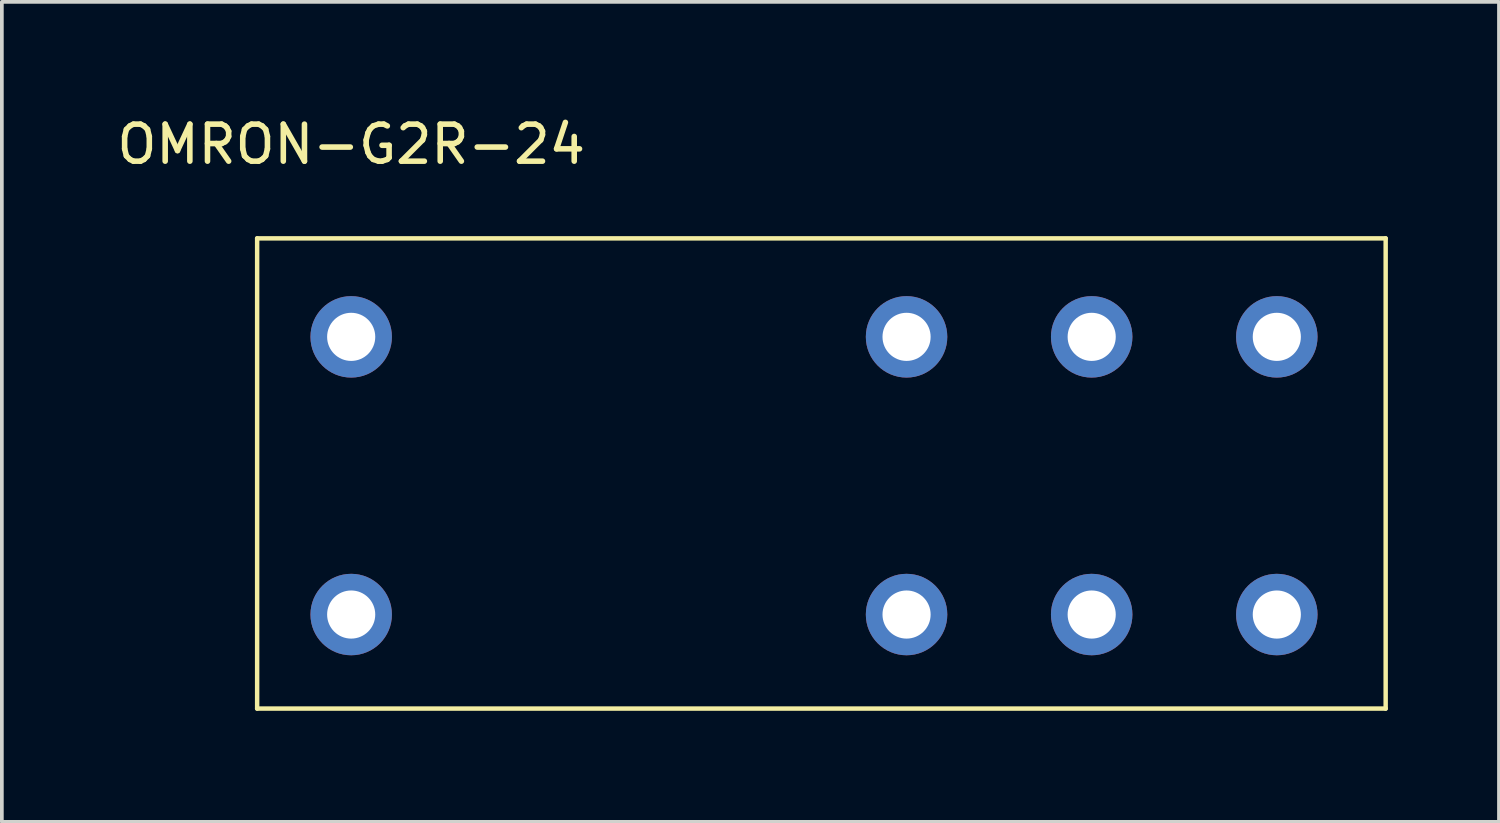
<source format=kicad_pcb>
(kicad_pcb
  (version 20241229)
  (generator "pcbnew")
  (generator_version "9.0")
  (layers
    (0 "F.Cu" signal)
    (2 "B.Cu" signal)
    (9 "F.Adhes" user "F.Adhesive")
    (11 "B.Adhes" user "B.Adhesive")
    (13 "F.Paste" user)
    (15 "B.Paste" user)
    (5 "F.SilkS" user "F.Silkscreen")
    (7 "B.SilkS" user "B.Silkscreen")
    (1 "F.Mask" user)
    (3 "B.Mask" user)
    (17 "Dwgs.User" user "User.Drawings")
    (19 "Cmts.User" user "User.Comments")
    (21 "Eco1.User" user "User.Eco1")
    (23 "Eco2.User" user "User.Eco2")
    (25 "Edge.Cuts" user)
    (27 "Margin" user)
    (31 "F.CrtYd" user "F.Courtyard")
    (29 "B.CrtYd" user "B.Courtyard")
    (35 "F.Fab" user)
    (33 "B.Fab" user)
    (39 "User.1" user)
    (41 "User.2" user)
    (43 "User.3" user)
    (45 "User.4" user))
  (footprint "OMRON-G2R-24"
    (layer "F.Cu")
    (at 6.435 13.548)
    (property "Reference" "OMRON-G2R-24" (at 0 -12.7 0) (layer "F.SilkS") (effects (font (size 1 1) (thickness 0.15))))
    (attr through_hole)
    (fp_line (start -2.54 -10.16) (end 27.94 -10.16) (stroke (width 0.12) (type solid)) (layer "F.SilkS"))
    (fp_line (start -2.54 2.54) (end -2.54 -10.16) (stroke (width 0.12) (type solid)) (layer "F.SilkS"))
    (fp_line (start 27.94 -10.16) (end 27.94 2.54) (stroke (width 0.12) (type solid)) (layer "F.SilkS"))
    (fp_line (start 27.94 2.54) (end -2.54 2.54) (stroke (width 0.12) (type solid)) (layer "F.SilkS"))
    (pad "1" thru_hole circle (at 0 -7.5) (size 2.2 2.2) (drill 1.3) (layers "*.Cu" "*.Mask"))
    (pad "2" thru_hole circle (at 15 -7.5) (size 2.2 2.2) (drill 1.3) (layers "*.Cu" "*.Mask"))
    (pad "3" thru_hole circle (at 20 -7.5) (size 2.2 2.2) (drill 1.3) (layers "*.Cu" "*.Mask"))
    (pad "4" thru_hole circle (at 25 -7.5) (size 2.2 2.2) (drill 1.3) (layers "*.Cu" "*.Mask"))
    (pad "5" thru_hole circle (at 25 0) (size 2.2 2.2) (drill 1.3) (layers "*.Cu" "*.Mask"))
    (pad "6" thru_hole circle (at 20 0) (size 2.2 2.2) (drill 1.3) (layers "*.Cu" "*.Mask"))
    (pad "7" thru_hole circle (at 15 0) (size 2.2 2.2) (drill 1.3) (layers "*.Cu" "*.Mask"))
    (pad "8" thru_hole circle (at 0 0) (size 2.2 2.2) (drill 1.3) (layers "*.Cu" "*.Mask")))
  (gr_rect
    (start -3 -3)
    (end 37.435 19.148)
    (stroke (width 0.1) (type default))
    (fill no)
    (layer "Edge.Cuts")))
</source>
